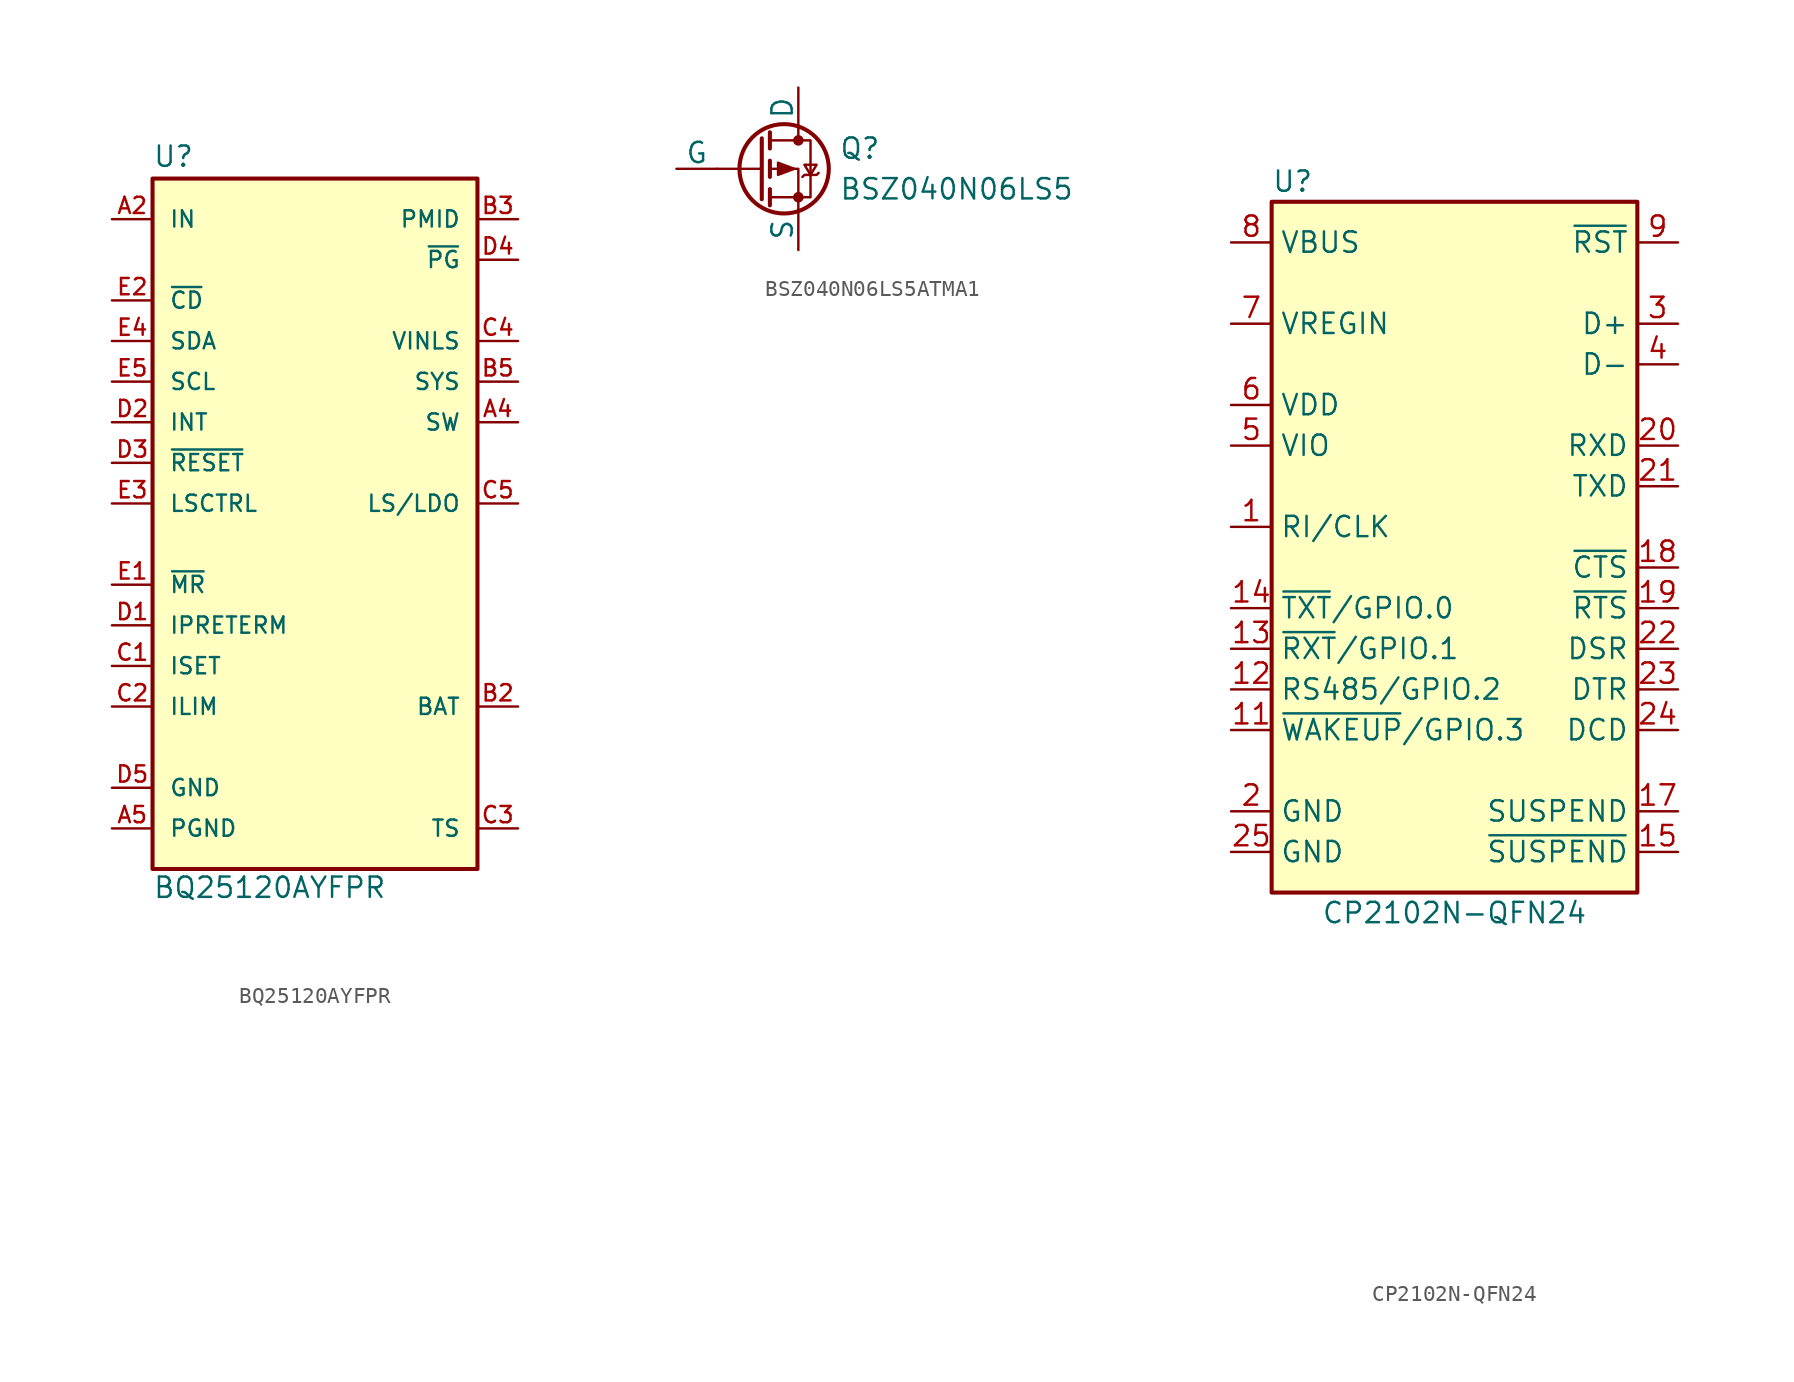
<source format=kicad_sym>
(kicad_symbol_lib
  (version 20231120)
  (generator "kicad_symbol_editor")
  (generator_version "8.0")
  (symbol "BQ25120AYFPR"
    (pin_names
      (offset 1.016))
    (property "Reference" "U"
      (at -10.16 22.225 0)
      (effects (font (size 1.27 1.27)) (justify left bottom)))
    (property "Value" "BQ25120AYFPR"
      (at -10.16 -23.495 0)
      (effects (font (size 1.27 1.27)) (justify left bottom)))
    (symbol "BQ25120AYFPR_0_0"
      (rectangle (start -10.16 21.59) (end 10.16 -21.59) (stroke (width 0.254) (type default)) (fill (type background)))
      (pin power_in line (at -12.7 -16.51 0) (length 2.54) hide (name "GND" (effects (font (size 1.016 1.016)))) (number "A1" (effects (font (size 1.016 1.016)))))
      (pin input line (at -12.7 19.05 0) (length 2.54) (name "IN" (effects (font (size 1.016 1.016)))) (number "A2" (effects (font (size 1.016 1.016)))))
      (pin output line (at 12.7 6.35 180) (length 2.54) (name "SW" (effects (font (size 1.016 1.016)))) (number "A4" (effects (font (size 1.016 1.016)))))
      (pin power_in line (at -12.7 -19.05 0) (length 2.54) (name "PGND" (effects (font (size 1.016 1.016)))) (number "A5" (effects (font (size 1.016 1.016)))))
      (pin bidirectional line (at 12.7 -11.43 180) (length 2.54) (name "BAT" (effects (font (size 1.016 1.016)))) (number "B2" (effects (font (size 1.016 1.016)))))
      (pin bidirectional line (at 12.7 19.05 180) (length 2.54) (name "PMID" (effects (font (size 1.016 1.016)))) (number "B3" (effects (font (size 1.016 1.016)))))
      (pin input line (at 12.7 11.43 180) (length 2.54) hide (name "VINLS" (effects (font (size 1.016 1.016)))) (number "B4" (effects (font (size 1.016 1.016)))))
      (pin input line (at 12.7 8.89 180) (length 2.54) (name "SYS" (effects (font (size 1.016 1.016)))) (number "B5" (effects (font (size 1.016 1.016)))))
      (pin input line (at -12.7 -8.89 0) (length 2.54) (name "ISET" (effects (font (size 1.016 1.016)))) (number "C1" (effects (font (size 1.016 1.016)))))
      (pin input line (at -12.7 -11.43 0) (length 2.54) (name "ILIM" (effects (font (size 1.016 1.016)))) (number "C2" (effects (font (size 1.016 1.016)))))
      (pin input line (at 12.7 -19.05 180) (length 2.54) (name "TS" (effects (font (size 1.016 1.016)))) (number "C3" (effects (font (size 1.016 1.016)))))
      (pin input line (at 12.7 11.43 180) (length 2.54) (name "VINLS" (effects (font (size 1.016 1.016)))) (number "C4" (effects (font (size 1.016 1.016)))))
      (pin output line (at 12.7 1.27 180) (length 2.54) (name "LS/LDO" (effects (font (size 1.016 1.016)))) (number "C5" (effects (font (size 1.016 1.016)))))
      (pin input line (at -12.7 -6.35 0) (length 2.54) (name "IPRETERM" (effects (font (size 1.016 1.016)))) (number "D1" (effects (font (size 1.016 1.016)))))
      (pin output line (at -12.7 6.35 0) (length 2.54) (name "INT" (effects (font (size 1.016 1.016)))) (number "D2" (effects (font (size 1.016 1.016)))))
      (pin output line (at -12.7 3.81 0) (length 2.54) (name "~{RESET}" (effects (font (size 1.016 1.016)))) (number "D3" (effects (font (size 1.016 1.016)))))
      (pin output line (at 12.7 16.51 180) (length 2.54) (name "~{PG}" (effects (font (size 1.016 1.016)))) (number "D4" (effects (font (size 1.016 1.016)))))
      (pin power_in line (at -12.7 -16.51 0) (length 2.54) (name "GND" (effects (font (size 1.016 1.016)))) (number "D5" (effects (font (size 1.016 1.016)))))
      (pin input line (at -12.7 -3.81 0) (length 2.54) (name "~{MR}" (effects (font (size 1.016 1.016)))) (number "E1" (effects (font (size 1.016 1.016)))))
      (pin input line (at -12.7 13.97 0) (length 2.54) (name "~{CD}" (effects (font (size 1.016 1.016)))) (number "E2" (effects (font (size 1.016 1.016)))))
      (pin input line (at -12.7 1.27 0) (length 2.54) (name "LSCTRL" (effects (font (size 1.016 1.016)))) (number "E3" (effects (font (size 1.016 1.016)))))
      (pin bidirectional line (at -12.7 11.43 0) (length 2.54) (name "SDA" (effects (font (size 1.016 1.016)))) (number "E4" (effects (font (size 1.016 1.016))))))
    (symbol "BQ25120AYFPR_1_0"
      (pin bidirectional line (at 12.7 19.05 180) (length 2.54) hide (name "PMID" (effects (font (size 1.016 1.016)))) (number "A3" (effects (font (size 1.016 1.016)))))
      (pin bidirectional line (at 12.7 -11.43 180) (length 2.54) hide (name "BAT" (effects (font (size 1.016 1.016)))) (number "B1" (effects (font (size 1.016 1.016))))))
    (symbol "BQ25120AYFPR_1_1"
      (pin input line (at -12.7 8.89 0) (length 2.54) (name "SCL" (effects (font (size 1.016 1.016)))) (number "E5" (effects (font (size 1.016 1.016)))))))
  (symbol "BSZ040N06LS5ATMA1"
    (pin_numbers hide)
    (pin_names
      (offset 0))
    (property "Reference" "Q"
      (at 5.08 1.27 0)
      (effects (font (size 1.27 1.27)) (justify left)))
    (property "Value" "BSZ040N06LS5"
      (at 5.08 -1.27 0)
      (effects (font (size 1.27 1.27)) (justify left)))
    (symbol "BSZ040N06LS5ATMA1_0_1"
      (polyline (pts (xy 0.254 0) (xy -2.54 0)) (stroke (width 0) (type default)) (fill (type none)))
      (polyline (pts (xy 0.254 1.905) (xy 0.254 -1.905)) (stroke (width 0.254) (type default)) (fill (type none)))
      (polyline (pts (xy 0.762 -1.27) (xy 0.762 -2.286)) (stroke (width 0.254) (type default)) (fill (type none)))
      (polyline (pts (xy 0.762 0.508) (xy 0.762 -0.508)) (stroke (width 0.254) (type default)) (fill (type none)))
      (polyline (pts (xy 0.762 2.286) (xy 0.762 1.27)) (stroke (width 0.254) (type default)) (fill (type none)))
      (polyline (pts (xy 2.54 2.54) (xy 2.54 1.778)) (stroke (width 0) (type default)) (fill (type none)))
      (polyline (pts (xy 2.54 -2.54) (xy 2.54 0) (xy 0.762 0)) (stroke (width 0) (type default)) (fill (type none)))
      (polyline (pts (xy 0.762 1.778) (xy 3.302 1.778) (xy 3.302 -1.778) (xy 0.762 -1.778)) (stroke (width 0) (type default)) (fill (type none)))
      (polyline (pts (xy 2.286 0) (xy 1.27 0.381) (xy 1.27 -0.381) (xy 2.286 0)) (stroke (width 0) (type default)) (fill (type outline)))
      (polyline (pts (xy 2.794 -0.508) (xy 2.921 -0.381) (xy 3.683 -0.381) (xy 3.81 -0.254)) (stroke (width 0) (type default)) (fill (type none)))
      (polyline (pts (xy 3.302 -0.381) (xy 2.921 0.254) (xy 3.683 0.254) (xy 3.302 -0.381)) (stroke (width 0) (type default)) (fill (type none)))
      (circle (center 1.651 0) (radius 2.794) (stroke (width 0.254) (type default)) (fill (type none)))
      (circle (center 2.54 -1.778) (radius 0.254) (stroke (width 0) (type default)) (fill (type outline)))
      (circle (center 2.54 1.778) (radius 0.254) (stroke (width 0) (type default)) (fill (type outline))))
    (symbol "BSZ040N06LS5ATMA1_1_1"
      (pin passive line (at 2.54 -5.08 90) (length 2.54) (name "S" (effects (font (size 1.27 1.27)))) (number "1" (effects (font (size 1.27 1.27)))))
      (pin passive line (at 2.54 -5.08 90) (length 2.54) hide (name "S" (effects (font (size 1.27 1.27)))) (number "10" (effects (font (size 1.27 1.27)))))
      (pin passive line (at 2.54 -5.08 90) (length 2.54) hide (name "S" (effects (font (size 1.27 1.27)))) (number "11" (effects (font (size 1.27 1.27)))))
      (pin passive line (at 2.54 -5.08 90) (length 2.54) hide (name "S" (effects (font (size 1.27 1.27)))) (number "2" (effects (font (size 1.27 1.27)))))
      (pin passive line (at 2.54 -5.08 90) (length 2.54) hide (name "S" (effects (font (size 1.27 1.27)))) (number "3" (effects (font (size 1.27 1.27)))))
      (pin input line (at -5.08 0 0) (length 2.54) (name "G" (effects (font (size 1.27 1.27)))) (number "4" (effects (font (size 1.27 1.27)))))
      (pin passive line (at 2.54 -5.08 90) (length 2.54) hide (name "S" (effects (font (size 1.27 1.27)))) (number "4" (effects (font (size 1.27 1.27)))))
      (pin passive line (at 2.54 5.08 270) (length 2.54) (name "D" (effects (font (size 1.27 1.27)))) (number "5" (effects (font (size 1.27 1.27)))))
      (pin passive line (at 2.54 5.08 270) (length 2.54) hide (name "D" (effects (font (size 1.27 1.27)))) (number "6" (effects (font (size 1.27 1.27)))))
      (pin passive line (at 2.54 5.08 270) (length 2.54) hide (name "D" (effects (font (size 1.27 1.27)))) (number "7" (effects (font (size 1.27 1.27)))))
      (pin passive line (at 2.54 5.08 270) (length 2.54) hide (name "D" (effects (font (size 1.27 1.27)))) (number "8" (effects (font (size 1.27 1.27)))))
      (pin passive line (at 2.54 5.08 270) (length 2.54) hide (name "D" (effects (font (size 1.27 1.27)))) (number "9" (effects (font (size 1.27 1.27)))))))
  (symbol "CP2102N-QFN24"
    (property "Reference" "U"
      (at -11.43 22.86 0)
      (effects (font (size 1.27 1.27)) (justify left)))
    (property "Value" "CP2102N-QFN24"
      (at 0 -22.86 0)
      (effects (font (size 1.27 1.27))))
    (symbol "CP2102N-QFN24_0_1"
      (rectangle (start -11.43 21.59) (end 11.43 -21.59) (stroke (width 0.254) (type default)) (fill (type background))))
    (symbol "CP2102N-QFN24_1_0"
      (pin no_connect line (at 0 -39.37 0) (length 2.54) hide (name "NC" (effects (font (size 1.27 1.27)))) (number "16" (effects (font (size 1.27 1.27)))))
      (pin input line (at 13.97 -6.35 180) (length 2.54) (name "DSR" (effects (font (size 1.27 1.27)))) (number "22" (effects (font (size 1.27 1.27)))))
      (pin output line (at 13.97 -8.89 180) (length 2.54) (name "DTR" (effects (font (size 1.27 1.27)))) (number "23" (effects (font (size 1.27 1.27)))))
      (pin input line (at 13.97 -11.43 180) (length 2.54) (name "DCD" (effects (font (size 1.27 1.27)))) (number "24" (effects (font (size 1.27 1.27)))))
      (pin power_in line (at -13.97 6.35 0) (length 2.54) (name "VIO" (effects (font (size 1.27 1.27)))) (number "5" (effects (font (size 1.27 1.27))))))
    (symbol "CP2102N-QFN24_1_1"
      (pin bidirectional line (at -13.97 1.27 0) (length 2.54) (name "RI/CLK" (effects (font (size 1.27 1.27)))) (number "1" (effects (font (size 1.27 1.27)))))
      (pin no_connect line (at 0 -36.83 0) (length 2.54) hide (name "NC" (effects (font (size 1.27 1.27)))) (number "10" (effects (font (size 1.27 1.27)))))
      (pin input line (at -13.97 -11.43 0) (length 2.54) (name "~{WAKEUP}/GPIO.3" (effects (font (size 1.27 1.27)))) (number "11" (effects (font (size 1.27 1.27)))))
      (pin power_in line (at -13.97 -8.89 0) (length 2.54) (name "RS485/GPIO.2" (effects (font (size 1.27 1.27)))) (number "12" (effects (font (size 1.27 1.27)))))
      (pin bidirectional line (at -13.97 -6.35 0) (length 2.54) (name "~{RXT}/GPIO.1" (effects (font (size 1.27 1.27)))) (number "13" (effects (font (size 1.27 1.27)))))
      (pin bidirectional line (at -13.97 -3.81 0) (length 2.54) (name "~{TXT}/GPIO.0" (effects (font (size 1.27 1.27)))) (number "14" (effects (font (size 1.27 1.27)))))
      (pin output line (at 13.97 -19.05 180) (length 2.54) (name "~{SUSPEND}" (effects (font (size 1.27 1.27)))) (number "15" (effects (font (size 1.27 1.27)))))
      (pin output line (at 13.97 -16.51 180) (length 2.54) (name "SUSPEND" (effects (font (size 1.27 1.27)))) (number "17" (effects (font (size 1.27 1.27)))))
      (pin input line (at 13.97 -1.27 180) (length 2.54) (name "~{CTS}" (effects (font (size 1.27 1.27)))) (number "18" (effects (font (size 1.27 1.27)))))
      (pin output line (at 13.97 -3.81 180) (length 2.54) (name "~{RTS}" (effects (font (size 1.27 1.27)))) (number "19" (effects (font (size 1.27 1.27)))))
      (pin power_in line (at -13.97 -16.51 0) (length 2.54) (name "GND" (effects (font (size 1.27 1.27)))) (number "2" (effects (font (size 1.27 1.27)))))
      (pin input line (at 13.97 6.35 180) (length 2.54) (name "RXD" (effects (font (size 1.27 1.27)))) (number "20" (effects (font (size 1.27 1.27)))))
      (pin output line (at 13.97 3.81 180) (length 2.54) (name "TXD" (effects (font (size 1.27 1.27)))) (number "21" (effects (font (size 1.27 1.27)))))
      (pin power_in line (at -13.97 -19.05 0) (length 2.54) (name "GND" (effects (font (size 1.27 1.27)))) (number "25" (effects (font (size 1.27 1.27)))))
      (pin bidirectional line (at 13.97 13.97 180) (length 2.54) (name "D+" (effects (font (size 1.27 1.27)))) (number "3" (effects (font (size 1.27 1.27)))))
      (pin bidirectional line (at 13.97 11.43 180) (length 2.54) (name "D-" (effects (font (size 1.27 1.27)))) (number "4" (effects (font (size 1.27 1.27)))))
      (pin power_in line (at -13.97 8.89 0) (length 2.54) (name "VDD" (effects (font (size 1.27 1.27)))) (number "6" (effects (font (size 1.27 1.27)))))
      (pin power_in line (at -13.97 13.97 0) (length 2.54) (name "VREGIN" (effects (font (size 1.27 1.27)))) (number "7" (effects (font (size 1.27 1.27)))))
      (pin power_in line (at -13.97 19.05 0) (length 2.54) (name "VBUS" (effects (font (size 1.27 1.27)))) (number "8" (effects (font (size 1.27 1.27)))))
      (pin input line (at 13.97 19.05 180) (length 2.54) (name "~{RST}" (effects (font (size 1.27 1.27)))) (number "9" (effects (font (size 1.27 1.27))))))))
</source>
